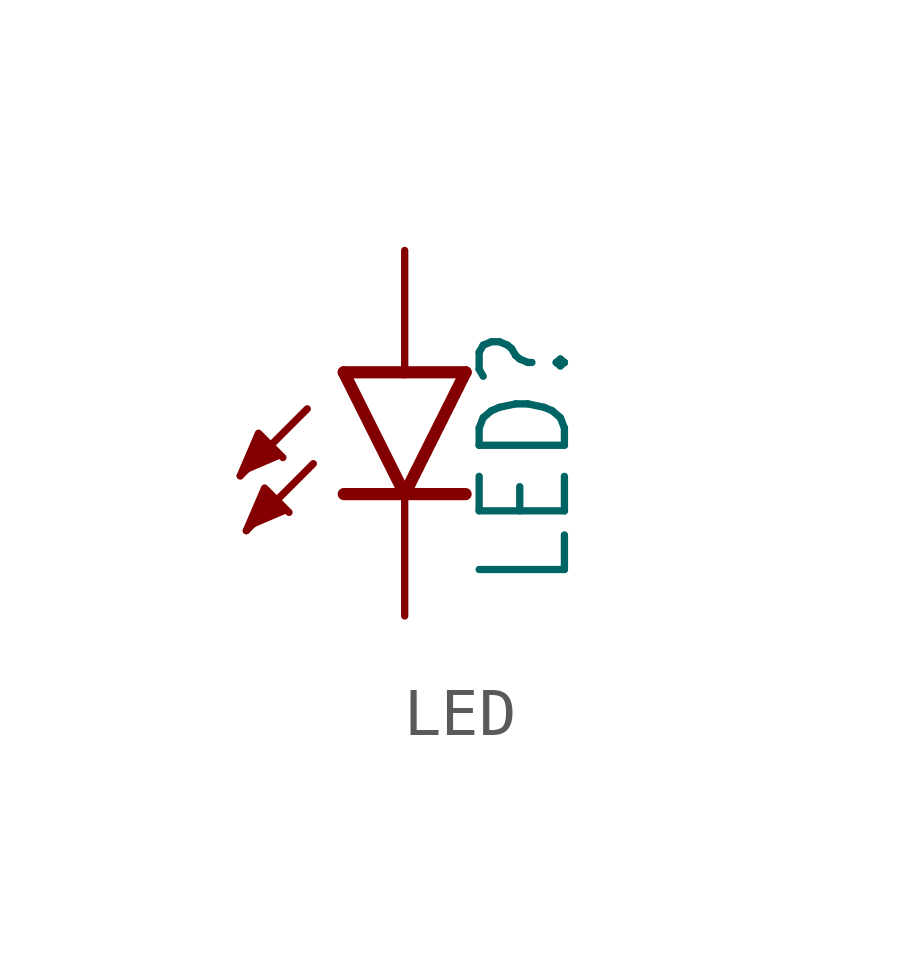
<source format=kicad_sym>
(kicad_symbol_lib
  (version 20241209)
  (generator "kicad_symbol_editor")
  (generator_version "9.0")
  (symbol "LED"
    (property "Reference" "LED"
      (at 3.556 -4.572 90)
      (effects (font (size 1.778 1.511)) (justify left bottom)))
    (property "Value" ""
      (at 5.715 -4.572 90)
      (effects (font (size 1.778 1.511)) (justify left bottom)))
    (property "ki_locked" ""
      (at 0 0 0)
      (effects (font (size 1.27 1.27))))
    (symbol "LED_1_0"
      (polyline (pts (xy -3.429 -2.159) (xy -3.048 -1.27) (xy -2.54 -1.778)) (stroke (width 0.152) (type solid)) (fill (type outline)))
      (polyline (pts (xy -3.302 -3.302) (xy -2.921 -2.413) (xy -2.413 -2.921)) (stroke (width 0.152) (type solid)) (fill (type outline)))
      (polyline (pts (xy -2.032 -0.762) (xy -3.429 -2.159)) (stroke (width 0.152) (type solid)) (fill (type none)))
      (polyline (pts (xy -1.905 -1.905) (xy -3.302 -3.302)) (stroke (width 0.152) (type solid)) (fill (type none)))
      (polyline (pts (xy 0 0) (xy -1.27 0)) (stroke (width 0.254) (type solid)) (fill (type none)))
      (polyline (pts (xy 0 -2.54) (xy -1.27 0)) (stroke (width 0.254) (type solid)) (fill (type none)))
      (polyline (pts (xy 0 -2.54) (xy -1.27 -2.54)) (stroke (width 0.254) (type solid)) (fill (type none)))
      (polyline (pts (xy 1.27 0) (xy 0 0)) (stroke (width 0.254) (type solid)) (fill (type none)))
      (polyline (pts (xy 1.27 0) (xy 0 -2.54)) (stroke (width 0.254) (type solid)) (fill (type none)))
      (polyline (pts (xy 1.27 -2.54) (xy 0 -2.54)) (stroke (width 0.254) (type solid)) (fill (type none)))
      (pin passive line (at 0 2.54 270) (length 2.54) (name "A" (effects (font (size 0 0)))) (number "A@1" (effects (font (size 0 0)))))
      (pin passive line (at 0 -5.08 90) (length 2.54) (name "C" (effects (font (size 0 0)))) (number "C@1" (effects (font (size 0 0))))))))
</source>
